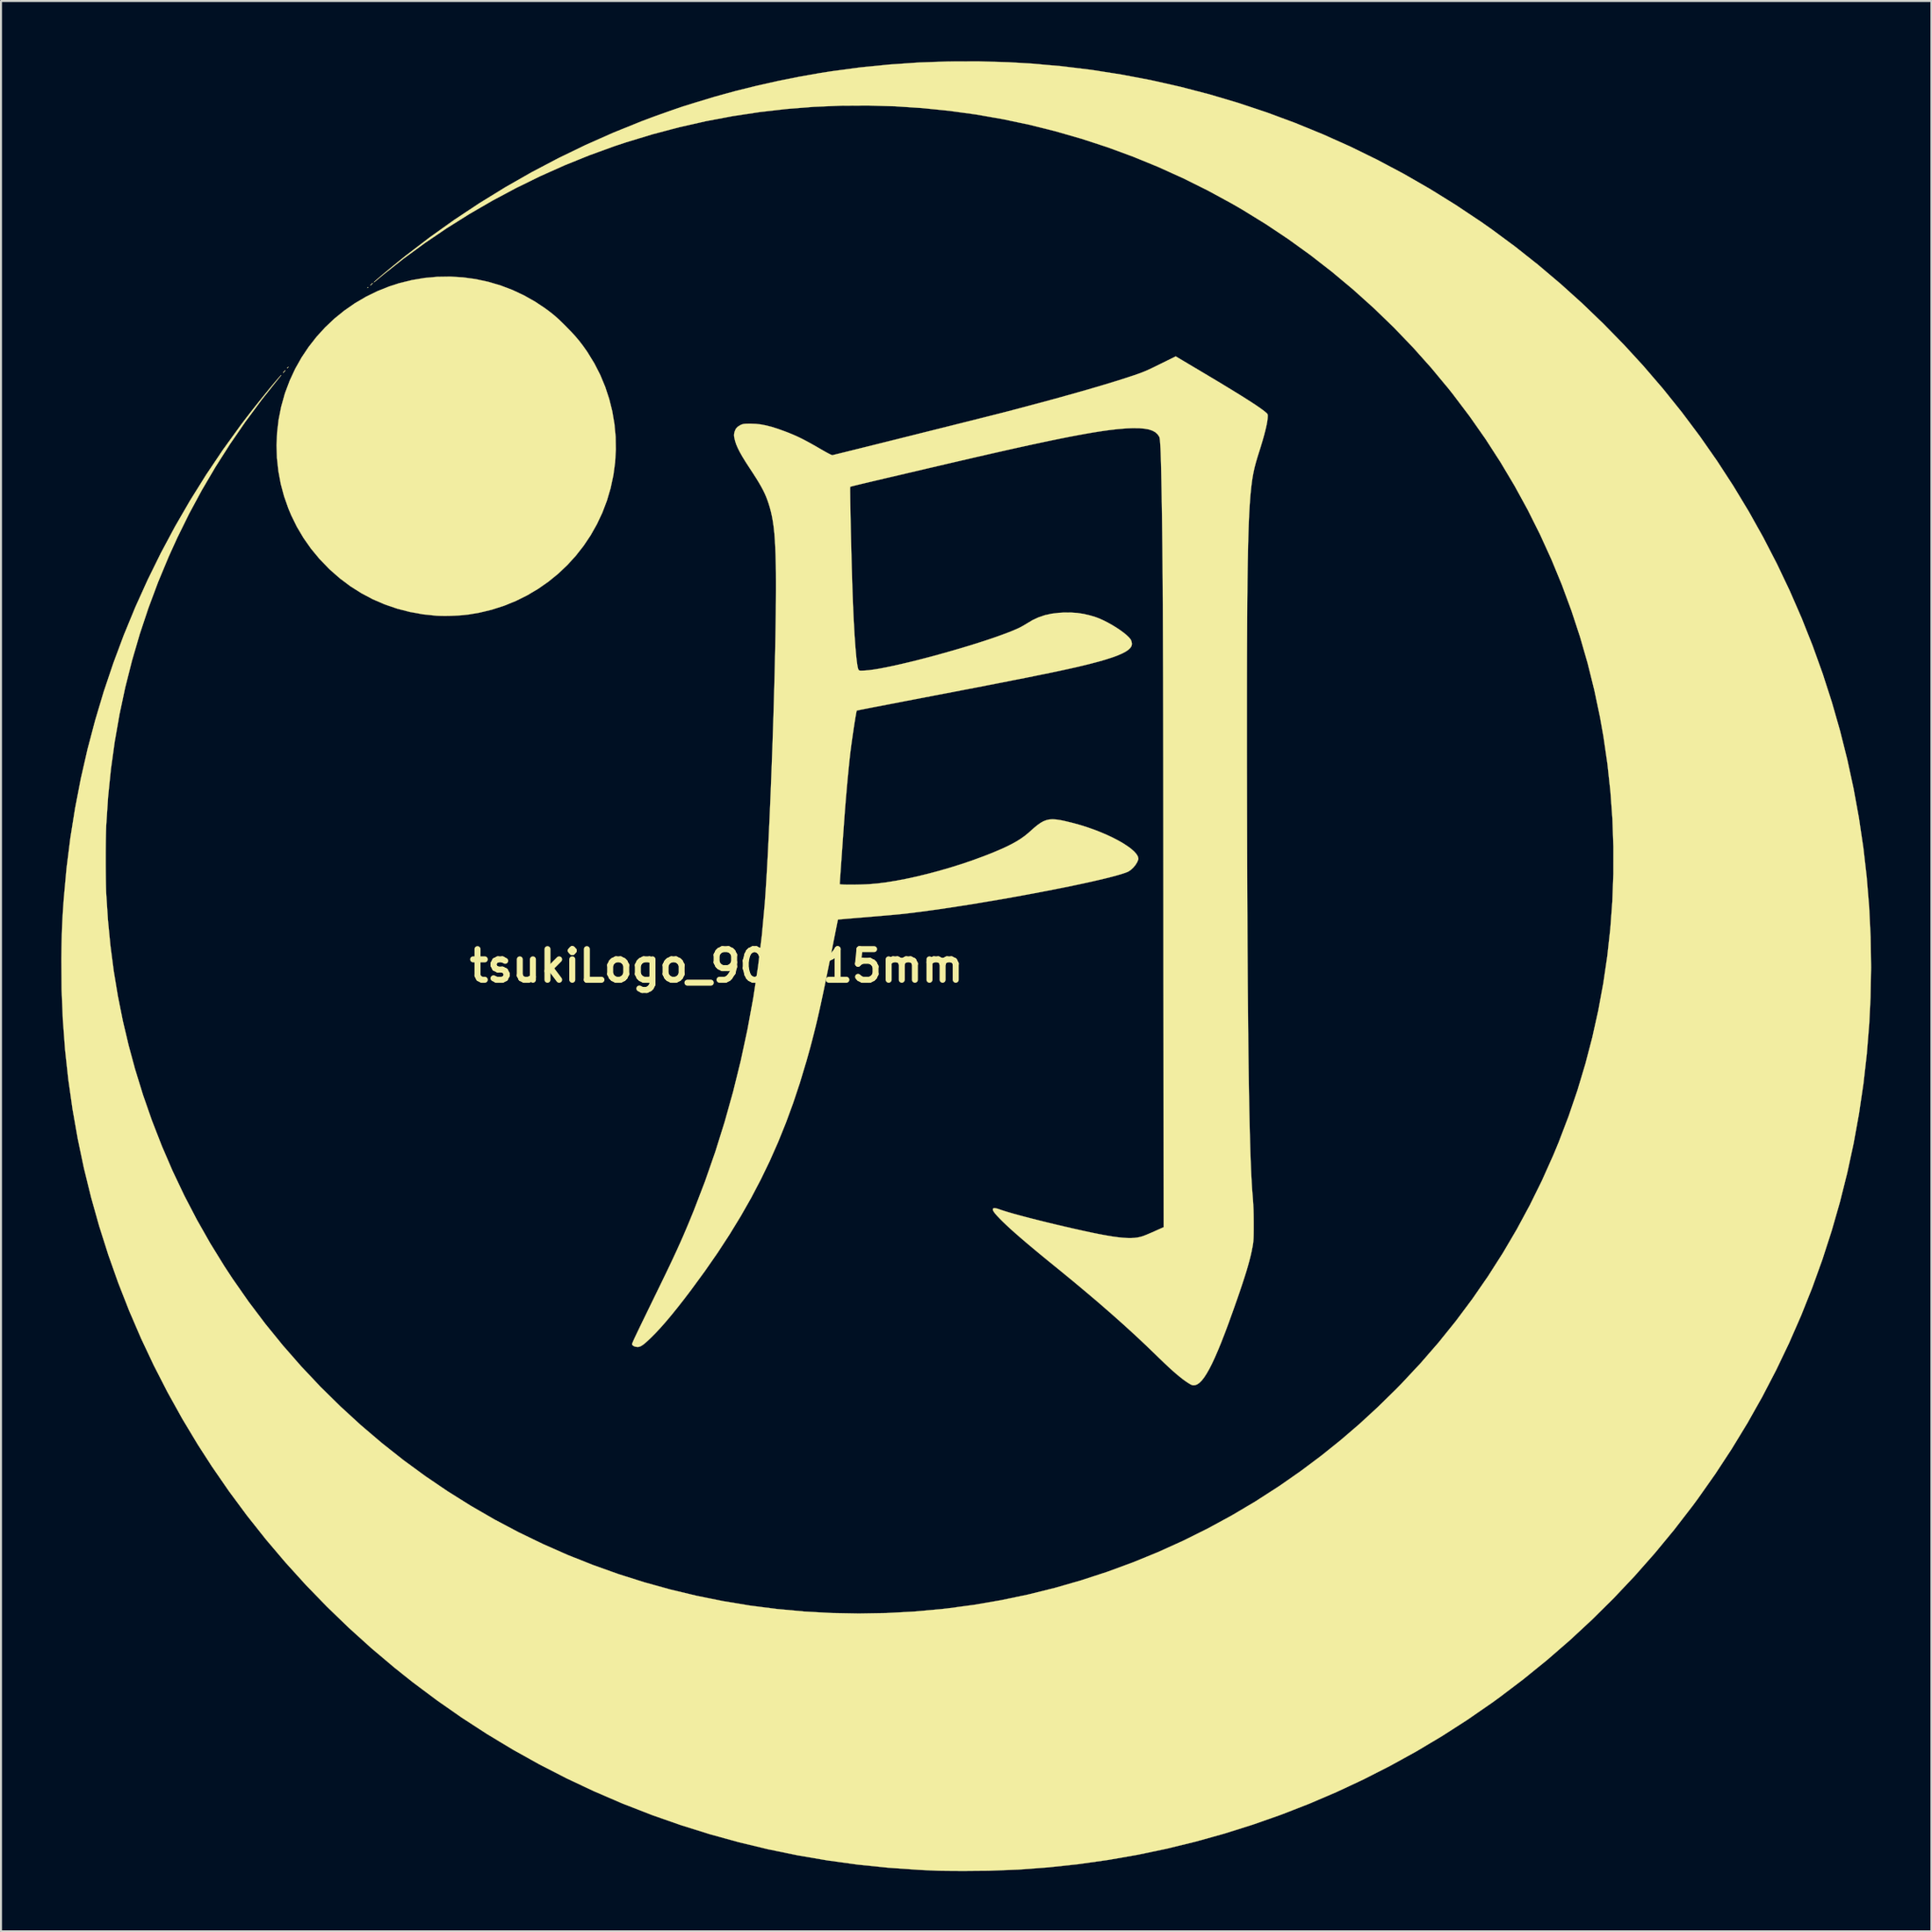
<source format=kicad_pcb>
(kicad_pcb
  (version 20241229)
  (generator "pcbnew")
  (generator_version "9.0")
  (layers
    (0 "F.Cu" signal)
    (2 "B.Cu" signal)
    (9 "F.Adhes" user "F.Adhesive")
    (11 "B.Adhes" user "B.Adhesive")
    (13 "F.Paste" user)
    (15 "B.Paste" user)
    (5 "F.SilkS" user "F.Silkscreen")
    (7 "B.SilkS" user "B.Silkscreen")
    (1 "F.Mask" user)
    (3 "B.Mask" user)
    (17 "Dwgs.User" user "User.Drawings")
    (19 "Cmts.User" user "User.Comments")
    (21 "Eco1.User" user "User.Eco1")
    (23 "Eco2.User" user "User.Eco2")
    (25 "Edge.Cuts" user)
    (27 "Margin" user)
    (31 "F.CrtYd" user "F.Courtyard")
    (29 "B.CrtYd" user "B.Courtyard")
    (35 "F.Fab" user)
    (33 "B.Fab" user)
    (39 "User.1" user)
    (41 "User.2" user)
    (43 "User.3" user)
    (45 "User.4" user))
  (footprint "tsukiLogo_90x115mm"
    (layer "F.Cu")
    (at 32.619 45.028)
    (property "Reference" "tsukiLogo_90x115mm" (at 0 0 180) (layer "F.SilkS") (effects (font (size 1.524 1.524) (thickness 0.3))))
    (attr through_hole)
    (fp_poly (pts (xy -21.314 -29.811) (xy -21.329 -29.792) (xy -21.366 -29.753) (xy -21.382 -29.753) (xy -21.383 -29.757) (xy -21.365 -29.779) (xy -21.338 -29.802) (xy -21.308 -29.824) (xy -21.314 -29.811)) (stroke (width 0.01) (type solid)) (fill yes) (layer "F.SilkS"))
    (fp_poly (pts (xy -17.348 -33.774) (xy -17.353 -33.765) (xy -17.377 -33.741) (xy -17.381 -33.74) (xy -17.383 -33.756) (xy -17.378 -33.765) (xy -17.354 -33.789) (xy -17.35 -33.79) (xy -17.348 -33.774)) (stroke (width 0.01) (type solid)) (fill yes) (layer "F.SilkS"))
    (fp_poly (pts (xy -21.47 -29.63) (xy -21.502 -29.591) (xy -21.51 -29.582) (xy -21.553 -29.54) (xy -21.581 -29.519) (xy -21.582 -29.519) (xy -21.576 -29.535) (xy -21.543 -29.574) (xy -21.535 -29.582) (xy -21.492 -29.625) (xy -21.464 -29.646) (xy -21.463 -29.646) (xy -21.47 -29.63)) (stroke (width 0.01) (type solid)) (fill yes) (layer "F.SilkS"))
    (fp_poly (pts (xy -17.122 -33.978) (xy -17.154 -33.939) (xy -17.162 -33.93) (xy -17.206 -33.887) (xy -17.233 -33.867) (xy -17.235 -33.867) (xy -17.228 -33.883) (xy -17.195 -33.922) (xy -17.188 -33.93) (xy -17.144 -33.973) (xy -17.117 -33.993) (xy -17.115 -33.994) (xy -17.122 -33.978)) (stroke (width 0.01) (type solid)) (fill yes) (layer "F.SilkS"))
    (fp_poly (pts (xy -12.621 -34.271) (xy -11.991 -34.185) (xy -11.368 -34.051) (xy -10.758 -33.871) (xy -10.161 -33.645) (xy -9.581 -33.372) (xy -9.02 -33.055) (xy -8.53 -32.727) (xy -8.362 -32.604) (xy -8.213 -32.489) (xy -8.072 -32.374) (xy -7.932 -32.251) (xy -7.783 -32.112) (xy -7.615 -31.949) (xy -7.475 -31.809) (xy -7.233 -31.56) (xy -7.022 -31.329) (xy -6.832 -31.103) (xy -6.654 -30.871) (xy -6.477 -30.621) (xy -6.42 -30.536) (xy -6.084 -29.988) (xy -5.792 -29.417) (xy -5.547 -28.828) (xy -5.347 -28.223) (xy -5.193 -27.605) (xy -5.087 -26.977) (xy -5.027 -26.341) (xy -5.016 -25.702) (xy -5.053 -25.061) (xy -5.139 -24.422) (xy -5.275 -23.787) (xy -5.275 -23.785) (xy -5.459 -23.162) (xy -5.687 -22.562) (xy -5.959 -21.985) (xy -6.27 -21.434) (xy -6.62 -20.911) (xy -7.007 -20.417) (xy -7.429 -19.954) (xy -7.883 -19.524) (xy -8.368 -19.129) (xy -8.882 -18.77) (xy -9.423 -18.449) (xy -9.988 -18.168) (xy -10.577 -17.928) (xy -11.186 -17.732) (xy -11.814 -17.581) (xy -12.331 -17.494) (xy -12.604 -17.463) (xy -12.905 -17.44) (xy -13.217 -17.425) (xy -13.523 -17.42) (xy -13.806 -17.425) (xy -13.959 -17.433) (xy -14.627 -17.503) (xy -15.278 -17.621) (xy -15.91 -17.785) (xy -16.522 -17.995) (xy -17.113 -18.25) (xy -17.681 -18.551) (xy -18.225 -18.895) (xy -18.745 -19.284) (xy -19.238 -19.715) (xy -19.32 -19.794) (xy -19.778 -20.272) (xy -20.192 -20.773) (xy -20.562 -21.3) (xy -20.889 -21.853) (xy -21.175 -22.434) (xy -21.315 -22.768) (xy -21.529 -23.376) (xy -21.695 -23.998) (xy -21.812 -24.63) (xy -21.882 -25.268) (xy -21.903 -25.91) (xy -21.875 -26.553) (xy -21.8 -27.192) (xy -21.675 -27.825) (xy -21.502 -28.448) (xy -21.472 -28.54) (xy -21.244 -29.145) (xy -20.972 -29.728) (xy -20.658 -30.284) (xy -20.304 -30.814) (xy -19.912 -31.314) (xy -19.485 -31.783) (xy -19.024 -32.218) (xy -18.531 -32.618) (xy -18.009 -32.981) (xy -17.46 -33.304) (xy -16.885 -33.586) (xy -16.287 -33.824) (xy -15.808 -33.979) (xy -15.175 -34.135) (xy -14.538 -34.242) (xy -13.898 -34.3) (xy -13.258 -34.31) (xy -12.621 -34.271)) (stroke (width 0.01) (type solid)) (fill yes) (layer "F.SilkS"))
    (fp_poly (pts (xy 14.514 -44.98) (xy 15.662 -44.914) (xy 17.165 -44.782) (xy 18.66 -44.6) (xy 20.144 -44.368) (xy 21.618 -44.088) (xy 23.08 -43.759) (xy 24.528 -43.382) (xy 25.962 -42.957) (xy 27.381 -42.484) (xy 28.784 -41.964) (xy 30.168 -41.398) (xy 31.534 -40.786) (xy 32.879 -40.128) (xy 34.204 -39.424) (xy 35.506 -38.675) (xy 36.785 -37.882) (xy 38.04 -37.045) (xy 38.596 -36.654) (xy 39.75 -35.8) (xy 40.885 -34.901) (xy 41.997 -33.96) (xy 43.084 -32.98) (xy 44.141 -31.964) (xy 45.165 -30.916) (xy 46.126 -29.869) (xy 47.106 -28.729) (xy 48.045 -27.559) (xy 48.941 -26.363) (xy 49.795 -25.14) (xy 50.607 -23.892) (xy 51.375 -22.62) (xy 52.099 -21.326) (xy 52.779 -20.009) (xy 53.415 -18.672) (xy 54.006 -17.316) (xy 54.552 -15.941) (xy 55.053 -14.549) (xy 55.507 -13.141) (xy 55.915 -11.718) (xy 56.276 -10.282) (xy 56.59 -8.833) (xy 56.857 -7.372) (xy 57.075 -5.902) (xy 57.245 -4.422) (xy 57.367 -2.934) (xy 57.439 -1.439) (xy 57.462 0.062) (xy 57.435 1.567) (xy 57.372 2.86) (xy 57.251 4.37) (xy 57.081 5.871) (xy 56.861 7.36) (xy 56.593 8.839) (xy 56.276 10.304) (xy 55.912 11.756) (xy 55.499 13.194) (xy 55.04 14.615) (xy 54.533 16.02) (xy 53.98 17.406) (xy 53.381 18.774) (xy 52.736 20.122) (xy 52.046 21.448) (xy 51.311 22.753) (xy 50.531 24.034) (xy 49.707 25.291) (xy 48.84 26.522) (xy 48.582 26.872) (xy 47.658 28.07) (xy 46.695 29.236) (xy 45.692 30.371) (xy 44.653 31.471) (xy 43.577 32.537) (xy 42.467 33.567) (xy 41.323 34.559) (xy 40.147 35.513) (xy 38.941 36.427) (xy 38.596 36.676) (xy 37.367 37.526) (xy 36.111 38.333) (xy 34.83 39.097) (xy 33.526 39.816) (xy 32.2 40.491) (xy 30.852 41.122) (xy 29.485 41.707) (xy 28.099 42.247) (xy 26.697 42.74) (xy 25.279 43.187) (xy 23.847 43.587) (xy 22.402 43.94) (xy 20.946 44.245) (xy 19.48 44.501) (xy 18.004 44.709) (xy 16.522 44.868) (xy 15.033 44.978) (xy 13.54 45.037) (xy 12.293 45.048) (xy 12.061 45.047) (xy 11.835 45.045) (xy 11.622 45.044) (xy 11.429 45.042) (xy 11.265 45.04) (xy 11.136 45.038) (xy 11.05 45.036) (xy 11.047 45.036) (xy 10.954 45.033) (xy 10.82 45.027) (xy 10.654 45.02) (xy 10.465 45.011) (xy 10.263 45.001) (xy 10.058 44.991) (xy 10.043 44.99) (xy 8.532 44.885) (xy 7.027 44.731) (xy 5.532 44.526) (xy 4.045 44.272) (xy 2.569 43.969) (xy 1.105 43.617) (xy -0.346 43.216) (xy -1.783 42.766) (xy -3.206 42.268) (xy -4.612 41.721) (xy -4.74 41.669) (xy -6.124 41.072) (xy -7.485 40.43) (xy -8.823 39.743) (xy -10.136 39.011) (xy -11.425 38.235) (xy -12.688 37.415) (xy -13.924 36.552) (xy -15.134 35.647) (xy -16.031 34.933) (xy -17.186 33.958) (xy -18.308 32.944) (xy -19.395 31.895) (xy -20.446 30.811) (xy -21.459 29.694) (xy -22.435 28.544) (xy -23.371 27.364) (xy -24.267 26.154) (xy -25.121 24.915) (xy -25.825 23.824) (xy -26.598 22.537) (xy -27.326 21.227) (xy -28.009 19.895) (xy -28.647 18.542) (xy -29.238 17.17) (xy -29.783 15.78) (xy -30.281 14.373) (xy -30.732 12.951) (xy -31.136 11.514) (xy -31.492 10.065) (xy -31.799 8.604) (xy -32.058 7.132) (xy -32.269 5.651) (xy -32.43 4.163) (xy -32.541 2.668) (xy -32.603 1.167) (xy -32.614 -0.338) (xy -32.612 -0.521) (xy -32.607 -0.905) (xy -32.6 -1.247) (xy -32.592 -1.56) (xy -32.582 -1.852) (xy -32.57 -2.135) (xy -32.556 -2.418) (xy -32.538 -2.711) (xy -32.517 -3.026) (xy -32.492 -3.369) (xy -32.355 -4.872) (xy -32.168 -6.366) (xy -31.931 -7.85) (xy -31.646 -9.323) (xy -31.313 -10.783) (xy -30.931 -12.229) (xy -30.503 -13.66) (xy -30.026 -15.076) (xy -29.504 -16.474) (xy -28.935 -17.855) (xy -28.32 -19.215) (xy -27.66 -20.556) (xy -26.955 -21.874) (xy -26.205 -23.17) (xy -25.411 -24.442) (xy -24.574 -25.688) (xy -23.693 -26.909) (xy -23.59 -27.046) (xy -23.424 -27.264) (xy -23.245 -27.496) (xy -23.057 -27.736) (xy -22.865 -27.98) (xy -22.672 -28.221) (xy -22.482 -28.456) (xy -22.301 -28.678) (xy -22.132 -28.883) (xy -21.979 -29.065) (xy -21.846 -29.219) (xy -21.738 -29.34) (xy -21.698 -29.383) (xy -21.669 -29.412) (xy -21.669 -29.405) (xy -21.699 -29.366) (xy -21.755 -29.296) (xy -21.77 -29.277) (xy -22.635 -28.19) (xy -23.451 -27.089) (xy -24.221 -25.971) (xy -24.944 -24.836) (xy -25.622 -23.682) (xy -26.256 -22.507) (xy -26.846 -21.309) (xy -27.27 -20.376) (xy -27.801 -19.101) (xy -28.282 -17.812) (xy -28.715 -16.51) (xy -29.099 -15.194) (xy -29.435 -13.865) (xy -29.721 -12.521) (xy -29.959 -11.163) (xy -30.149 -9.79) (xy -30.29 -8.401) (xy -30.382 -6.997) (xy -30.383 -6.979) (xy -30.39 -6.791) (xy -30.396 -6.562) (xy -30.401 -6.298) (xy -30.405 -6.008) (xy -30.407 -5.7) (xy -30.408 -5.383) (xy -30.408 -5.063) (xy -30.406 -4.749) (xy -30.403 -4.449) (xy -30.399 -4.171) (xy -30.394 -3.924) (xy -30.388 -3.714) (xy -30.383 -3.608) (xy -30.298 -2.295) (xy -30.173 -1.011) (xy -30.009 0.251) (xy -29.803 1.497) (xy -29.556 2.731) (xy -29.265 3.961) (xy -28.947 5.136) (xy -28.549 6.427) (xy -28.103 7.706) (xy -27.611 8.969) (xy -27.074 10.214) (xy -26.492 11.438) (xy -25.867 12.638) (xy -25.201 13.812) (xy -24.495 14.957) (xy -24.09 15.573) (xy -23.292 16.716) (xy -22.455 17.825) (xy -21.58 18.9) (xy -20.667 19.942) (xy -19.716 20.95) (xy -18.726 21.925) (xy -17.715 22.852) (xy -16.67 23.742) (xy -15.597 24.591) (xy -14.498 25.396) (xy -13.373 26.159) (xy -12.223 26.879) (xy -11.051 27.556) (xy -9.857 28.188) (xy -8.642 28.776) (xy -7.408 29.32) (xy -6.156 29.818) (xy -4.887 30.271) (xy -3.603 30.678) (xy -2.305 31.038) (xy -0.993 31.352) (xy 0.331 31.619) (xy 1.665 31.839) (xy 3.008 32.01) (xy 4.359 32.134) (xy 5.718 32.209) (xy 7.081 32.234) (xy 8.45 32.211) (xy 9.821 32.137) (xy 11.194 32.014) (xy 11.467 31.983) (xy 12.823 31.801) (xy 14.171 31.569) (xy 15.508 31.289) (xy 16.833 30.96) (xy 18.144 30.583) (xy 19.441 30.159) (xy 20.72 29.689) (xy 21.981 29.173) (xy 23.222 28.611) (xy 24.442 28.004) (xy 25.638 27.354) (xy 26.81 26.66) (xy 27.955 25.922) (xy 28.038 25.867) (xy 29.074 25.144) (xy 30.072 24.397) (xy 31.039 23.622) (xy 31.981 22.814) (xy 32.903 21.966) (xy 33.812 21.075) (xy 34.095 20.785) (xy 35.036 19.779) (xy 35.937 18.741) (xy 36.798 17.672) (xy 37.618 16.574) (xy 38.397 15.446) (xy 39.134 14.292) (xy 39.828 13.111) (xy 40.478 11.905) (xy 41.084 10.676) (xy 41.645 9.423) (xy 41.915 8.772) (xy 42.406 7.486) (xy 42.849 6.186) (xy 43.243 4.873) (xy 43.589 3.548) (xy 43.886 2.212) (xy 44.134 0.867) (xy 44.333 -0.485) (xy 44.483 -1.844) (xy 44.584 -3.208) (xy 44.635 -4.575) (xy 44.636 -5.944) (xy 44.588 -7.314) (xy 44.489 -8.683) (xy 44.341 -10.05) (xy 44.143 -11.413) (xy 43.971 -12.382) (xy 43.687 -13.73) (xy 43.356 -15.063) (xy 42.976 -16.381) (xy 42.548 -17.682) (xy 42.074 -18.965) (xy 41.553 -20.23) (xy 40.986 -21.474) (xy 40.374 -22.698) (xy 39.717 -23.898) (xy 39.016 -25.075) (xy 38.271 -26.228) (xy 37.482 -27.354) (xy 36.651 -28.454) (xy 36.432 -28.731) (xy 35.558 -29.782) (xy 34.646 -30.802) (xy 33.697 -31.788) (xy 32.713 -32.74) (xy 31.695 -33.656) (xy 30.646 -34.534) (xy 29.568 -35.373) (xy 28.461 -36.172) (xy 27.328 -36.928) (xy 26.171 -37.64) (xy 25.654 -37.94) (xy 24.45 -38.595) (xy 23.227 -39.203) (xy 21.986 -39.765) (xy 20.729 -40.28) (xy 19.456 -40.748) (xy 18.169 -41.169) (xy 16.87 -41.543) (xy 15.56 -41.87) (xy 14.24 -42.148) (xy 12.912 -42.38) (xy 11.576 -42.563) (xy 10.235 -42.699) (xy 8.89 -42.787) (xy 7.541 -42.826) (xy 6.191 -42.818) (xy 4.841 -42.761) (xy 3.492 -42.655) (xy 2.146 -42.501) (xy 0.803 -42.298) (xy -0.535 -42.046) (xy -1.865 -41.745) (xy -3.188 -41.395) (xy -4.502 -40.996) (xy -5.081 -40.804) (xy -6.325 -40.352) (xy -7.557 -39.854) (xy -8.774 -39.311) (xy -9.973 -38.724) (xy -11.151 -38.095) (xy -12.305 -37.426) (xy -13.431 -36.719) (xy -14.528 -35.975) (xy -15.591 -35.196) (xy -16.618 -34.383) (xy -16.87 -34.174) (xy -16.954 -34.104) (xy -17.019 -34.054) (xy -17.057 -34.027) (xy -17.062 -34.028) (xy -17.061 -34.029) (xy -17.028 -34.063) (xy -16.959 -34.124) (xy -16.861 -34.209) (xy -16.738 -34.315) (xy -16.595 -34.436) (xy -16.436 -34.568) (xy -16.266 -34.709) (xy -16.091 -34.853) (xy -15.915 -34.997) (xy -15.743 -35.137) (xy -15.579 -35.268) (xy -15.472 -35.353) (xy -14.275 -36.268) (xy -13.05 -37.141) (xy -11.796 -37.972) (xy -10.515 -38.76) (xy -9.209 -39.505) (xy -7.878 -40.205) (xy -6.524 -40.861) (xy -5.147 -41.472) (xy -3.749 -42.037) (xy -3.28 -42.214) (xy -3.136 -42.267) (xy -2.968 -42.328) (xy -2.783 -42.394) (xy -2.588 -42.463) (xy -2.391 -42.533) (xy -2.199 -42.6) (xy -2.019 -42.662) (xy -1.858 -42.717) (xy -1.725 -42.763) (xy -1.626 -42.795) (xy -1.576 -42.81) (xy -1.524 -42.826) (xy -1.432 -42.854) (xy -1.312 -42.892) (xy -1.171 -42.936) (xy -1.031 -42.98) (xy -0.064 -43.272) (xy 0.941 -43.548) (xy 1.974 -43.804) (xy 3.023 -44.04) (xy 4.078 -44.252) (xy 5.127 -44.438) (xy 5.721 -44.531) (xy 7.162 -44.723) (xy 8.62 -44.868) (xy 10.089 -44.967) (xy 11.564 -45.018) (xy 13.041 -45.023) (xy 14.514 -44.98)) (stroke (width 0.01) (type solid)) (fill yes) (layer "F.SilkS"))
    (fp_poly (pts (xy 24.107 -29.594) (xy 24.594 -29.304) (xy 25.038 -29.038) (xy 25.44 -28.794) (xy 25.802 -28.573) (xy 26.124 -28.374) (xy 26.408 -28.195) (xy 26.654 -28.036) (xy 26.865 -27.897) (xy 27.042 -27.776) (xy 27.185 -27.672) (xy 27.296 -27.586) (xy 27.368 -27.524) (xy 27.404 -27.488) (xy 27.425 -27.454) (xy 27.433 -27.41) (xy 27.432 -27.34) (xy 27.426 -27.248) (xy 27.407 -27.097) (xy 27.371 -26.905) (xy 27.318 -26.675) (xy 27.25 -26.413) (xy 27.168 -26.123) (xy 27.073 -25.81) (xy 27.017 -25.633) (xy 26.92 -25.325) (xy 26.84 -25.051) (xy 26.774 -24.8) (xy 26.721 -24.558) (xy 26.676 -24.314) (xy 26.638 -24.054) (xy 26.604 -23.768) (xy 26.584 -23.569) (xy 26.567 -23.387) (xy 26.552 -23.191) (xy 26.537 -22.98) (xy 26.523 -22.751) (xy 26.509 -22.505) (xy 26.497 -22.24) (xy 26.485 -21.954) (xy 26.475 -21.646) (xy 26.465 -21.314) (xy 26.455 -20.958) (xy 26.447 -20.576) (xy 26.439 -20.167) (xy 26.432 -19.729) (xy 26.425 -19.261) (xy 26.42 -18.761) (xy 26.414 -18.229) (xy 26.41 -17.663) (xy 26.406 -17.062) (xy 26.403 -16.424) (xy 26.4 -15.748) (xy 26.398 -15.033) (xy 26.397 -14.277) (xy 26.396 -13.479) (xy 26.396 -12.638) (xy 26.396 -11.752) (xy 26.396 -10.82) (xy 26.397 -9.841) (xy 26.399 -8.814) (xy 26.4 -8.111) (xy 26.403 -6.804) (xy 26.406 -5.548) (xy 26.41 -4.341) (xy 26.415 -3.183) (xy 26.42 -2.073) (xy 26.425 -1.011) (xy 26.432 0.005) (xy 26.438 0.975) (xy 26.446 1.899) (xy 26.454 2.778) (xy 26.462 3.614) (xy 26.471 4.406) (xy 26.481 5.155) (xy 26.491 5.863) (xy 26.502 6.529) (xy 26.514 7.154) (xy 26.527 7.74) (xy 26.54 8.286) (xy 26.554 8.794) (xy 26.568 9.264) (xy 26.583 9.697) (xy 26.599 10.093) (xy 26.616 10.453) (xy 26.633 10.778) (xy 26.651 11.069) (xy 26.67 11.326) (xy 26.678 11.416) (xy 26.697 11.665) (xy 26.712 11.899) (xy 26.723 12.131) (xy 26.729 12.376) (xy 26.732 12.648) (xy 26.733 12.865) (xy 26.733 13.092) (xy 26.731 13.276) (xy 26.729 13.425) (xy 26.725 13.547) (xy 26.719 13.65) (xy 26.711 13.742) (xy 26.7 13.83) (xy 26.685 13.923) (xy 26.666 14.028) (xy 26.664 14.035) (xy 26.625 14.235) (xy 26.576 14.449) (xy 26.517 14.679) (xy 26.447 14.931) (xy 26.366 15.208) (xy 26.27 15.512) (xy 26.161 15.847) (xy 26.036 16.218) (xy 25.895 16.628) (xy 25.735 17.08) (xy 25.674 17.251) (xy 25.479 17.792) (xy 25.294 18.285) (xy 25.121 18.731) (xy 24.957 19.13) (xy 24.803 19.486) (xy 24.657 19.798) (xy 24.52 20.067) (xy 24.389 20.296) (xy 24.266 20.485) (xy 24.149 20.635) (xy 24.036 20.748) (xy 23.929 20.825) (xy 23.825 20.866) (xy 23.725 20.874) (xy 23.646 20.857) (xy 23.584 20.826) (xy 23.493 20.772) (xy 23.385 20.701) (xy 23.271 20.621) (xy 23.188 20.559) (xy 23.029 20.433) (xy 22.863 20.295) (xy 22.686 20.14) (xy 22.493 19.964) (xy 22.278 19.762) (xy 22.036 19.53) (xy 21.903 19.4) (xy 21.382 18.897) (xy 20.841 18.389) (xy 20.277 17.874) (xy 19.686 17.348) (xy 19.066 16.808) (xy 18.412 16.252) (xy 17.722 15.676) (xy 16.991 15.077) (xy 16.882 14.989) (xy 16.457 14.643) (xy 16.069 14.325) (xy 15.719 14.033) (xy 15.402 13.767) (xy 15.117 13.523) (xy 14.863 13.301) (xy 14.635 13.098) (xy 14.434 12.912) (xy 14.256 12.742) (xy 14.099 12.585) (xy 14.091 12.577) (xy 13.953 12.431) (xy 13.851 12.313) (xy 13.785 12.221) (xy 13.752 12.152) (xy 13.75 12.102) (xy 13.76 12.083) (xy 13.79 12.061) (xy 13.834 12.055) (xy 13.902 12.064) (xy 14 12.091) (xy 14.137 12.137) (xy 14.149 12.142) (xy 14.315 12.196) (xy 14.525 12.26) (xy 14.776 12.333) (xy 15.064 12.412) (xy 15.383 12.497) (xy 15.73 12.587) (xy 16.099 12.68) (xy 16.487 12.776) (xy 16.888 12.872) (xy 17.298 12.969) (xy 17.714 13.065) (xy 17.772 13.078) (xy 18.239 13.182) (xy 18.661 13.273) (xy 19.04 13.35) (xy 19.38 13.413) (xy 19.684 13.464) (xy 19.956 13.502) (xy 20.198 13.528) (xy 20.415 13.543) (xy 20.608 13.546) (xy 20.782 13.538) (xy 20.94 13.519) (xy 21.084 13.489) (xy 21.219 13.45) (xy 21.222 13.449) (xy 21.293 13.422) (xy 21.4 13.379) (xy 21.533 13.323) (xy 21.679 13.26) (xy 21.811 13.202) (xy 22.251 13.005) (xy 22.239 -2.377) (xy 22.238 -3.542) (xy 22.237 -4.658) (xy 22.236 -5.725) (xy 22.235 -6.746) (xy 22.234 -7.722) (xy 22.233 -8.655) (xy 22.232 -9.545) (xy 22.231 -10.395) (xy 22.229 -11.206) (xy 22.228 -11.979) (xy 22.227 -12.716) (xy 22.225 -13.418) (xy 22.224 -14.087) (xy 22.222 -14.724) (xy 22.22 -15.33) (xy 22.218 -15.908) (xy 22.216 -16.458) (xy 22.214 -16.982) (xy 22.212 -17.482) (xy 22.21 -17.959) (xy 22.207 -18.414) (xy 22.205 -18.849) (xy 22.202 -19.265) (xy 22.199 -19.664) (xy 22.196 -20.047) (xy 22.192 -20.416) (xy 22.189 -20.773) (xy 22.185 -21.118) (xy 22.181 -21.453) (xy 22.177 -21.779) (xy 22.173 -22.099) (xy 22.169 -22.413) (xy 22.164 -22.723) (xy 22.159 -23.03) (xy 22.154 -23.337) (xy 22.149 -23.643) (xy 22.145 -23.824) (xy 22.137 -24.257) (xy 22.129 -24.642) (xy 22.121 -24.981) (xy 22.112 -25.276) (xy 22.104 -25.53) (xy 22.095 -25.744) (xy 22.085 -25.923) (xy 22.075 -26.066) (xy 22.065 -26.178) (xy 22.053 -26.261) (xy 22.041 -26.316) (xy 22.032 -26.339) (xy 21.949 -26.462) (xy 21.836 -26.564) (xy 21.692 -26.643) (xy 21.512 -26.703) (xy 21.294 -26.742) (xy 21.035 -26.764) (xy 20.731 -26.767) (xy 20.633 -26.765) (xy 20.421 -26.756) (xy 20.194 -26.74) (xy 19.95 -26.718) (xy 19.685 -26.689) (xy 19.4 -26.652) (xy 19.091 -26.607) (xy 18.758 -26.554) (xy 18.398 -26.492) (xy 18.01 -26.422) (xy 17.592 -26.343) (xy 17.142 -26.254) (xy 16.659 -26.155) (xy 16.14 -26.045) (xy 15.583 -25.926) (xy 14.988 -25.795) (xy 14.352 -25.653) (xy 13.674 -25.499) (xy 12.951 -25.334) (xy 12.183 -25.156) (xy 11.556 -25.01) (xy 10.969 -24.873) (xy 10.43 -24.747) (xy 9.937 -24.631) (xy 9.487 -24.526) (xy 9.08 -24.43) (xy 8.712 -24.344) (xy 8.381 -24.267) (xy 8.087 -24.197) (xy 7.827 -24.136) (xy 7.599 -24.082) (xy 7.401 -24.035) (xy 7.231 -23.995) (xy 7.087 -23.96) (xy 6.968 -23.931) (xy 6.871 -23.907) (xy 6.794 -23.888) (xy 6.736 -23.873) (xy 6.695 -23.861) (xy 6.668 -23.853) (xy 6.653 -23.848) (xy 6.65 -23.846) (xy 6.648 -23.818) (xy 6.646 -23.743) (xy 6.646 -23.625) (xy 6.648 -23.467) (xy 6.65 -23.273) (xy 6.653 -23.047) (xy 6.658 -22.792) (xy 6.663 -22.513) (xy 6.669 -22.212) (xy 6.676 -21.894) (xy 6.683 -21.563) (xy 6.691 -21.222) (xy 6.7 -20.874) (xy 6.709 -20.524) (xy 6.718 -20.176) (xy 6.727 -19.832) (xy 6.737 -19.497) (xy 6.746 -19.175) (xy 6.756 -18.869) (xy 6.765 -18.611) (xy 6.782 -18.148) (xy 6.8 -17.702) (xy 6.82 -17.277) (xy 6.842 -16.876) (xy 6.864 -16.5) (xy 6.887 -16.154) (xy 6.911 -15.839) (xy 6.935 -15.558) (xy 6.959 -15.313) (xy 6.984 -15.109) (xy 7.008 -14.946) (xy 7.032 -14.828) (xy 7.055 -14.758) (xy 7.06 -14.75) (xy 7.079 -14.723) (xy 7.102 -14.707) (xy 7.139 -14.698) (xy 7.201 -14.696) (xy 7.296 -14.699) (xy 7.383 -14.703) (xy 7.587 -14.72) (xy 7.834 -14.753) (xy 8.121 -14.801) (xy 8.443 -14.863) (xy 8.795 -14.936) (xy 9.173 -15.021) (xy 9.573 -15.115) (xy 9.99 -15.218) (xy 10.42 -15.329) (xy 10.859 -15.446) (xy 11.301 -15.568) (xy 11.744 -15.694) (xy 12.183 -15.822) (xy 12.612 -15.952) (xy 13.028 -16.082) (xy 13.427 -16.211) (xy 13.804 -16.338) (xy 14.154 -16.462) (xy 14.474 -16.581) (xy 14.759 -16.694) (xy 15.004 -16.801) (xy 15.016 -16.806) (xy 15.142 -16.869) (xy 15.281 -16.946) (xy 15.403 -17.02) (xy 15.41 -17.024) (xy 15.716 -17.207) (xy 16.023 -17.35) (xy 16.339 -17.457) (xy 16.675 -17.531) (xy 17.04 -17.574) (xy 17.268 -17.587) (xy 17.626 -17.589) (xy 17.955 -17.567) (xy 18.271 -17.52) (xy 18.59 -17.445) (xy 18.86 -17.363) (xy 19.052 -17.291) (xy 19.257 -17.199) (xy 19.468 -17.092) (xy 19.681 -16.973) (xy 19.887 -16.847) (xy 20.081 -16.718) (xy 20.257 -16.589) (xy 20.407 -16.466) (xy 20.526 -16.352) (xy 20.607 -16.251) (xy 20.629 -16.212) (xy 20.657 -16.126) (xy 20.671 -16.031) (xy 20.671 -16.021) (xy 20.652 -15.925) (xy 20.595 -15.831) (xy 20.499 -15.737) (xy 20.361 -15.643) (xy 20.181 -15.549) (xy 19.957 -15.452) (xy 19.688 -15.354) (xy 19.373 -15.252) (xy 19.009 -15.147) (xy 18.611 -15.042) (xy 18.421 -14.994) (xy 18.218 -14.945) (xy 18 -14.893) (xy 17.766 -14.84) (xy 17.512 -14.783) (xy 17.237 -14.723) (xy 16.938 -14.659) (xy 16.613 -14.591) (xy 16.261 -14.519) (xy 15.878 -14.441) (xy 15.464 -14.357) (xy 15.014 -14.268) (xy 14.528 -14.172) (xy 14.004 -14.069) (xy 13.438 -13.959) (xy 12.829 -13.841) (xy 12.175 -13.715) (xy 11.473 -13.58) (xy 11.391 -13.564) (xy 10.841 -13.459) (xy 10.339 -13.362) (xy 9.883 -13.275) (xy 9.47 -13.196) (xy 9.099 -13.124) (xy 8.766 -13.06) (xy 8.471 -13.003) (xy 8.21 -12.953) (xy 7.981 -12.909) (xy 7.783 -12.871) (xy 7.613 -12.838) (xy 7.469 -12.81) (xy 7.349 -12.786) (xy 7.25 -12.767) (xy 7.171 -12.751) (xy 7.109 -12.738) (xy 7.062 -12.729) (xy 7.028 -12.721) (xy 7.005 -12.716) (xy 6.99 -12.712) (xy 6.982 -12.709) (xy 6.978 -12.707) (xy 6.976 -12.705) (xy 6.966 -12.674) (xy 6.95 -12.598) (xy 6.929 -12.484) (xy 6.904 -12.338) (xy 6.876 -12.165) (xy 6.845 -11.971) (xy 6.814 -11.763) (xy 6.782 -11.546) (xy 6.75 -11.326) (xy 6.72 -11.11) (xy 6.692 -10.902) (xy 6.667 -10.71) (xy 6.646 -10.539) (xy 6.639 -10.475) (xy 6.598 -10.095) (xy 6.556 -9.675) (xy 6.513 -9.229) (xy 6.472 -8.768) (xy 6.432 -8.305) (xy 6.396 -7.856) (xy 6.388 -7.757) (xy 6.378 -7.619) (xy 6.365 -7.447) (xy 6.351 -7.247) (xy 6.334 -7.022) (xy 6.317 -6.778) (xy 6.298 -6.52) (xy 6.279 -6.252) (xy 6.26 -5.98) (xy 6.241 -5.709) (xy 6.222 -5.442) (xy 6.204 -5.185) (xy 6.187 -4.944) (xy 6.171 -4.722) (xy 6.158 -4.524) (xy 6.146 -4.357) (xy 6.137 -4.223) (xy 6.131 -4.129) (xy 6.128 -4.078) (xy 6.128 -4.072) (xy 6.152 -4.062) (xy 6.221 -4.054) (xy 6.327 -4.048) (xy 6.465 -4.044) (xy 6.628 -4.043) (xy 6.809 -4.043) (xy 7.002 -4.046) (xy 7.201 -4.051) (xy 7.399 -4.059) (xy 7.587 -4.068) (xy 7.997 -4.103) (xy 8.446 -4.16) (xy 8.928 -4.238) (xy 9.437 -4.335) (xy 9.966 -4.451) (xy 10.51 -4.583) (xy 11.063 -4.73) (xy 11.619 -4.891) (xy 12.172 -5.064) (xy 12.715 -5.248) (xy 13.243 -5.441) (xy 13.475 -5.53) (xy 13.847 -5.68) (xy 14.175 -5.82) (xy 14.464 -5.953) (xy 14.72 -6.083) (xy 14.948 -6.211) (xy 15.153 -6.341) (xy 15.341 -6.475) (xy 15.516 -6.618) (xy 15.611 -6.702) (xy 15.797 -6.868) (xy 15.963 -7.005) (xy 16.116 -7.114) (xy 16.262 -7.197) (xy 16.407 -7.254) (xy 16.559 -7.288) (xy 16.723 -7.298) (xy 16.907 -7.287) (xy 17.117 -7.256) (xy 17.359 -7.205) (xy 17.641 -7.137) (xy 17.76 -7.107) (xy 18.112 -7.009) (xy 18.459 -6.899) (xy 18.797 -6.78) (xy 19.122 -6.653) (xy 19.432 -6.52) (xy 19.723 -6.383) (xy 19.992 -6.243) (xy 20.236 -6.103) (xy 20.451 -5.963) (xy 20.635 -5.827) (xy 20.785 -5.695) (xy 20.896 -5.57) (xy 20.966 -5.453) (xy 20.992 -5.347) (xy 20.987 -5.297) (xy 20.937 -5.168) (xy 20.853 -5.03) (xy 20.744 -4.897) (xy 20.622 -4.783) (xy 20.499 -4.7) (xy 20.473 -4.687) (xy 20.331 -4.631) (xy 20.142 -4.569) (xy 19.909 -4.501) (xy 19.634 -4.428) (xy 19.321 -4.349) (xy 18.973 -4.267) (xy 18.593 -4.18) (xy 18.184 -4.091) (xy 17.749 -3.999) (xy 17.291 -3.905) (xy 16.813 -3.809) (xy 16.318 -3.713) (xy 15.809 -3.616) (xy 15.29 -3.52) (xy 14.762 -3.424) (xy 14.23 -3.33) (xy 13.696 -3.238) (xy 13.163 -3.149) (xy 12.635 -3.062) (xy 12.114 -2.98) (xy 11.604 -2.901) (xy 11.107 -2.828) (xy 10.627 -2.76) (xy 10.166 -2.698) (xy 9.728 -2.642) (xy 9.318 -2.594) (xy 9.204 -2.582) (xy 9.045 -2.567) (xy 8.849 -2.548) (xy 8.623 -2.528) (xy 8.373 -2.506) (xy 8.106 -2.483) (xy 7.829 -2.46) (xy 7.548 -2.436) (xy 7.452 -2.428) (xy 7.19 -2.407) (xy 6.943 -2.387) (xy 6.717 -2.368) (xy 6.516 -2.351) (xy 6.344 -2.336) (xy 6.206 -2.324) (xy 6.106 -2.315) (xy 6.05 -2.309) (xy 6.038 -2.307) (xy 6.033 -2.282) (xy 6.018 -2.211) (xy 5.995 -2.098) (xy 5.965 -1.947) (xy 5.928 -1.763) (xy 5.886 -1.549) (xy 5.838 -1.309) (xy 5.787 -1.049) (xy 5.732 -0.77) (xy 5.698 -0.597) (xy 5.583 -0.018) (xy 5.475 0.516) (xy 5.374 1.01) (xy 5.278 1.468) (xy 5.186 1.894) (xy 5.097 2.295) (xy 5.01 2.673) (xy 4.923 3.035) (xy 4.836 3.385) (xy 4.748 3.728) (xy 4.658 4.068) (xy 4.563 4.41) (xy 4.465 4.759) (xy 4.462 4.767) (xy 4.147 5.813) (xy 3.81 6.826) (xy 3.449 7.809) (xy 3.062 8.767) (xy 2.647 9.706) (xy 2.2 10.629) (xy 1.721 11.543) (xy 1.205 12.45) (xy 0.652 13.356) (xy 0.058 14.267) (xy -0.579 15.185) (xy -1.261 16.117) (xy -1.272 16.132) (xy -1.62 16.59) (xy -1.946 17.006) (xy -2.25 17.382) (xy -2.534 17.72) (xy -2.802 18.023) (xy -3.054 18.293) (xy -3.293 18.531) (xy -3.309 18.547) (xy -3.461 18.689) (xy -3.585 18.798) (xy -3.687 18.875) (xy -3.773 18.927) (xy -3.848 18.956) (xy -3.919 18.967) (xy -3.934 18.967) (xy -4.043 18.954) (xy -4.134 18.919) (xy -4.194 18.869) (xy -4.207 18.843) (xy -4.208 18.834) (xy -4.207 18.82) (xy -4.202 18.8) (xy -4.192 18.77) (xy -4.175 18.729) (xy -4.152 18.674) (xy -4.12 18.603) (xy -4.079 18.513) (xy -4.027 18.403) (xy -3.963 18.269) (xy -3.887 18.11) (xy -3.797 17.923) (xy -3.692 17.706) (xy -3.571 17.457) (xy -3.433 17.173) (xy -3.276 16.851) (xy -3.1 16.49) (xy -2.904 16.087) (xy -2.765 15.802) (xy -2.544 15.346) (xy -2.343 14.928) (xy -2.16 14.539) (xy -1.99 14.173) (xy -1.831 13.821) (xy -1.678 13.476) (xy -1.53 13.131) (xy -1.381 12.777) (xy -1.23 12.409) (xy -1.131 12.166) (xy -0.577 10.723) (xy -0.066 9.254) (xy 0.401 7.763) (xy 0.824 6.251) (xy 1.202 4.721) (xy 1.534 3.175) (xy 1.821 1.616) (xy 2.061 0.045) (xy 2.254 -1.535) (xy 2.399 -3.122) (xy 2.439 -3.687) (xy 2.473 -4.221) (xy 2.507 -4.789) (xy 2.54 -5.389) (xy 2.572 -6.016) (xy 2.604 -6.668) (xy 2.636 -7.341) (xy 2.666 -8.031) (xy 2.696 -8.735) (xy 2.724 -9.45) (xy 2.751 -10.172) (xy 2.778 -10.898) (xy 2.802 -11.625) (xy 2.826 -12.349) (xy 2.847 -13.066) (xy 2.867 -13.774) (xy 2.886 -14.468) (xy 2.902 -15.146) (xy 2.917 -15.804) (xy 2.929 -16.439) (xy 2.939 -17.047) (xy 2.947 -17.625) (xy 2.952 -18.169) (xy 2.955 -18.676) (xy 2.955 -19.143) (xy 2.953 -19.566) (xy 2.948 -19.942) (xy 2.947 -19.959) (xy 2.936 -20.414) (xy 2.92 -20.823) (xy 2.9 -21.191) (xy 2.875 -21.524) (xy 2.843 -21.825) (xy 2.805 -22.101) (xy 2.76 -22.357) (xy 2.707 -22.596) (xy 2.646 -22.824) (xy 2.589 -23.01) (xy 2.528 -23.186) (xy 2.465 -23.352) (xy 2.394 -23.515) (xy 2.313 -23.682) (xy 2.219 -23.858) (xy 2.108 -24.05) (xy 1.978 -24.263) (xy 1.823 -24.505) (xy 1.643 -24.781) (xy 1.628 -24.803) (xy 1.439 -25.094) (xy 1.282 -25.351) (xy 1.153 -25.579) (xy 1.052 -25.78) (xy 0.976 -25.958) (xy 0.923 -26.119) (xy 0.916 -26.148) (xy 0.885 -26.277) (xy 0.869 -26.375) (xy 0.869 -26.456) (xy 0.882 -26.538) (xy 0.902 -26.61) (xy 0.956 -26.733) (xy 1.043 -26.831) (xy 1.171 -26.913) (xy 1.208 -26.931) (xy 1.263 -26.954) (xy 1.318 -26.97) (xy 1.383 -26.981) (xy 1.469 -26.986) (xy 1.587 -26.989) (xy 1.704 -26.989) (xy 1.95 -26.98) (xy 2.201 -26.952) (xy 2.462 -26.902) (xy 2.742 -26.83) (xy 3.048 -26.734) (xy 3.388 -26.611) (xy 3.422 -26.598) (xy 3.613 -26.524) (xy 3.789 -26.451) (xy 3.958 -26.378) (xy 4.126 -26.299) (xy 4.3 -26.213) (xy 4.488 -26.114) (xy 4.695 -26.001) (xy 4.929 -25.869) (xy 5.197 -25.714) (xy 5.301 -25.654) (xy 5.433 -25.579) (xy 5.553 -25.514) (xy 5.653 -25.463) (xy 5.724 -25.431) (xy 5.759 -25.421) (xy 5.788 -25.427) (xy 5.863 -25.445) (xy 5.981 -25.474) (xy 6.139 -25.513) (xy 6.335 -25.561) (xy 6.564 -25.618) (xy 6.824 -25.682) (xy 7.113 -25.754) (xy 7.426 -25.832) (xy 7.761 -25.915) (xy 8.114 -26.003) (xy 8.484 -26.095) (xy 8.866 -26.19) (xy 9.257 -26.288) (xy 9.655 -26.387) (xy 10.056 -26.488) (xy 10.458 -26.588) (xy 10.857 -26.688) (xy 11.25 -26.786) (xy 11.634 -26.882) (xy 12.007 -26.976) (xy 12.364 -27.065) (xy 12.704 -27.15) (xy 13.022 -27.23) (xy 13.316 -27.304) (xy 13.584 -27.372) (xy 13.82 -27.431) (xy 14.024 -27.483) (xy 14.191 -27.525) (xy 14.319 -27.558) (xy 14.378 -27.573) (xy 15.219 -27.794) (xy 16.019 -28.007) (xy 16.776 -28.212) (xy 17.489 -28.41) (xy 18.158 -28.598) (xy 18.782 -28.779) (xy 19.36 -28.95) (xy 19.889 -29.112) (xy 20.371 -29.265) (xy 20.607 -29.343) (xy 20.801 -29.407) (xy 20.965 -29.464) (xy 21.108 -29.515) (xy 21.241 -29.567) (xy 21.371 -29.621) (xy 21.51 -29.683) (xy 21.665 -29.756) (xy 21.847 -29.844) (xy 22.065 -29.951) (xy 22.073 -29.955) (xy 22.852 -30.34) (xy 24.107 -29.594)) (stroke (width 0.01) (type solid)) (fill yes) (layer "F.SilkS")))
  (gr_rect
    (start -3 -3)
    (end 93.086 93.081)
    (stroke (width 0.1) (type default))
    (fill no)
    (layer "Edge.Cuts")))
</source>
